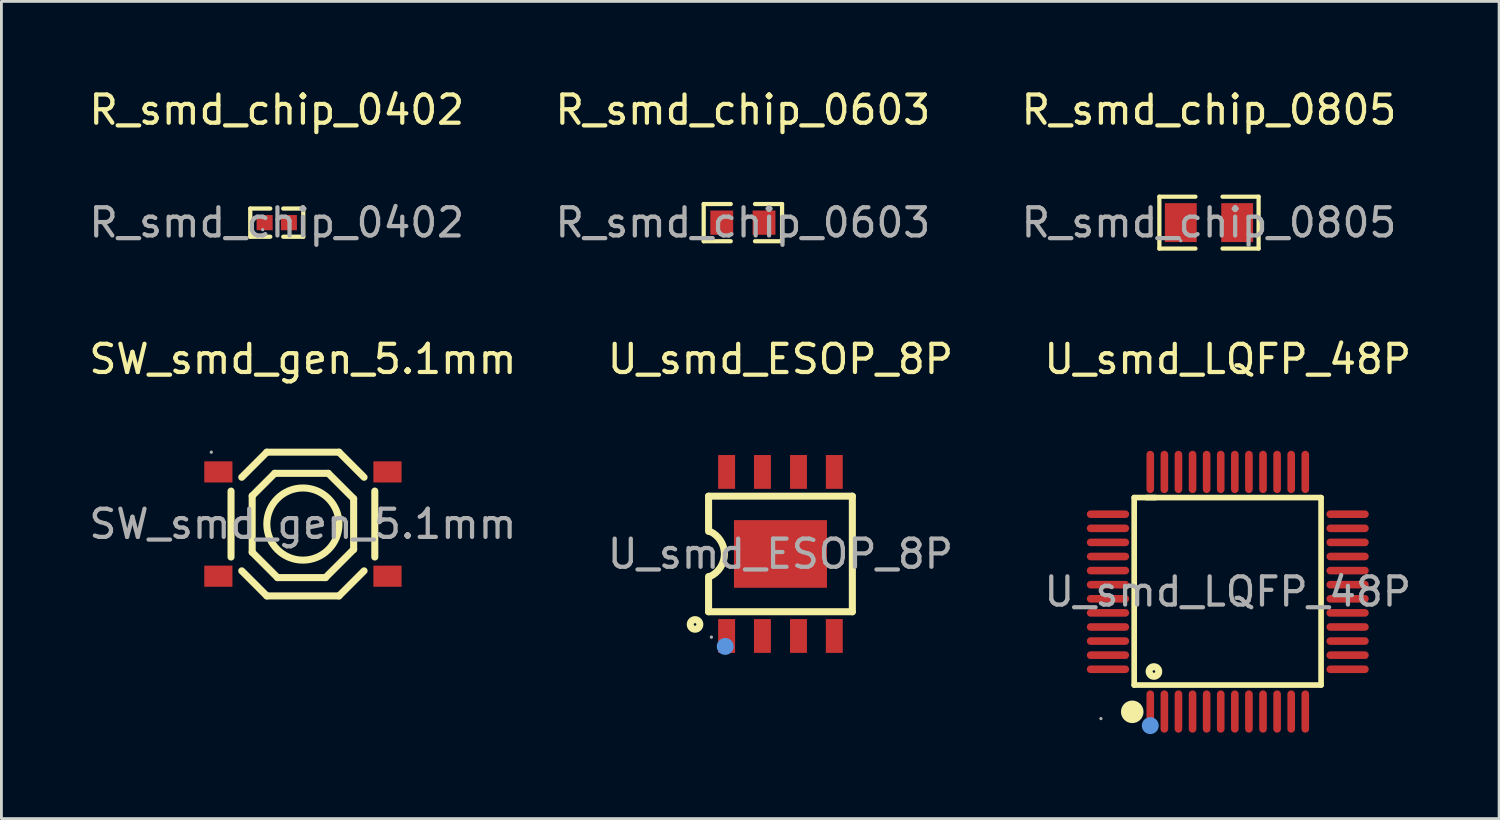
<source format=kicad_pcb>
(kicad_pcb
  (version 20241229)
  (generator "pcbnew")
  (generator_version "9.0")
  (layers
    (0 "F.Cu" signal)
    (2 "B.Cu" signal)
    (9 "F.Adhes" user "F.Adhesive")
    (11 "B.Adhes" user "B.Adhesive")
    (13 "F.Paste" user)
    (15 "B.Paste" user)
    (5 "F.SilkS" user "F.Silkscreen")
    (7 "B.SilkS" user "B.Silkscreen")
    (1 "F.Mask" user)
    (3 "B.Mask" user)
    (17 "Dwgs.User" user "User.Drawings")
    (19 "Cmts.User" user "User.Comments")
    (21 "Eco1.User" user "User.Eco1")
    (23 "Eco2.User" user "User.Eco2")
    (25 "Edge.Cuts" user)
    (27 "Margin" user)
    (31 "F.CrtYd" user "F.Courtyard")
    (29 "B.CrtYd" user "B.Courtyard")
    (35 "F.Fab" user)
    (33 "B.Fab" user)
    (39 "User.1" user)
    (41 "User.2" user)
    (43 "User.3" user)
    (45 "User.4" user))
  (footprint "R_smd_chip_0402"
    (layer "F.Cu")
    (at 6.768 4.848)
    (property "Reference" "R_smd_chip_0402" (at 0 -4 0) (layer "F.SilkS") (effects (font (size 1 1) (thickness 0.15))))
    (attr smd)
    (fp_line (start -0.94 -0.5) (end -0.23 -0.5) (stroke (width 0.15) (type solid)) (layer "F.SilkS"))
    (fp_line (start -0.94 0.5) (end -0.94 -0.5) (stroke (width 0.15) (type solid)) (layer "F.SilkS"))
    (fp_line (start -0.23 0.5) (end -0.94 0.5) (stroke (width 0.15) (type solid)) (layer "F.SilkS"))
    (fp_line (start 0.23 0.5) (end 0.94 0.5) (stroke (width 0.15) (type solid)) (layer "F.SilkS"))
    (fp_line (start 0.94 -0.5) (end 0.23 -0.5) (stroke (width 0.15) (type solid)) (layer "F.SilkS"))
    (fp_line (start 0.94 0.5) (end 0.94 -0.5) (stroke (width 0.15) (type solid)) (layer "F.SilkS"))
    (fp_circle (center -0.5 0.25) (end -0.47 0.25) (stroke (width 0.06) (type solid)) (fill no) (layer "F.Fab"))
    (fp_text user "${REFERENCE}" (at 0 0 0) (layer "F.Fab") (effects (font (size 1 1) (thickness 0.15))))
    (pad "1" smd rect (at -0.43 0) (size 0.57 0.54) (layers "F.Cu" "F.Mask" "F.Paste"))
    (pad "2" smd rect (at 0.43 0) (size 0.57 0.54) (layers "F.Cu" "F.Mask" "F.Paste")))
  (footprint "SW_smd_gen_5.1mm"
    (layer "F.Cu")
    (at 7.696 15.541)
    (property "Reference" "SW_smd_gen_5.1mm" (at 0 -5.85 0) (layer "F.SilkS") (effects (font (size 1 1) (thickness 0.15))))
    (attr smd)
    (fp_line (start -2.55 -1.17) (end -2.55 1.17) (stroke (width 0.25) (type solid)) (layer "F.SilkS"))
    (fp_line (start -2.17 1.66) (end -1.28 2.55) (stroke (width 0.25) (type solid)) (layer "F.SilkS"))
    (fp_line (start -1.8 -1) (end -1 -1.8) (stroke (width 0.25) (type solid)) (layer "F.SilkS"))
    (fp_line (start -1.8 1) (end -1.8 -1) (stroke (width 0.25) (type solid)) (layer "F.SilkS"))
    (fp_line (start -1.28 -2.55) (end -2.17 -1.66) (stroke (width 0.25) (type solid)) (layer "F.SilkS"))
    (fp_line (start -1.28 -2.55) (end 1.28 -2.55) (stroke (width 0.25) (type solid)) (layer "F.SilkS"))
    (fp_line (start -1.28 2.55) (end 1.28 2.55) (stroke (width 0.25) (type solid)) (layer "F.SilkS"))
    (fp_line (start -1 -1.8) (end 0.9 -1.8) (stroke (width 0.25) (type solid)) (layer "F.SilkS"))
    (fp_line (start -0.9 1.9) (end -1.8 1) (stroke (width 0.25) (type solid)) (layer "F.SilkS"))
    (fp_line (start 0.8 1.9) (end -0.9 1.9) (stroke (width 0.25) (type solid)) (layer "F.SilkS"))
    (fp_line (start 0.9 -1.8) (end 1.8 -0.9) (stroke (width 0.25) (type solid)) (layer "F.SilkS"))
    (fp_line (start 1.28 -2.55) (end 2.17 -1.66) (stroke (width 0.25) (type solid)) (layer "F.SilkS"))
    (fp_line (start 1.8 -0.9) (end 1.8 0.9) (stroke (width 0.25) (type solid)) (layer "F.SilkS"))
    (fp_line (start 1.8 0.9) (end 0.8 1.9) (stroke (width 0.25) (type solid)) (layer "F.SilkS"))
    (fp_line (start 2.17 1.66) (end 1.28 2.55) (stroke (width 0.25) (type solid)) (layer "F.SilkS"))
    (fp_line (start 2.55 -1.17) (end 2.55 1.17) (stroke (width 0.25) (type solid)) (layer "F.SilkS"))
    (fp_circle (center 0 0) (end 1.28 0) (stroke (width 0.25) (type solid)) (fill no) (layer "F.SilkS"))
    (fp_circle (center -3.25 -2.55) (end -3.22 -2.55) (stroke (width 0.06) (type solid)) (fill no) (layer "F.Fab"))
    (fp_text user "${REFERENCE}" (at 0 0 0) (layer "F.Fab") (effects (font (size 1 1) (thickness 0.15))))
    (pad "1" smd rect (at -3 -1.85) (size 1 0.75) (layers "F.Cu" "F.Mask" "F.Paste"))
    (pad "2" smd rect (at 3 -1.85) (size 1 0.75) (layers "F.Cu" "F.Mask" "F.Paste"))
    (pad "3" smd rect (at -3 1.85) (size 1 0.75) (layers "F.Cu" "F.Mask" "F.Paste"))
    (pad "4" smd rect (at 3 1.85) (size 1 0.75) (layers "F.Cu" "F.Mask" "F.Paste")))
  (footprint "U_smd_ESOP_8P"
    (layer "F.Cu")
    (at 24.637 16.602)
    (property "Reference" "U_smd_ESOP_8P" (at 0 -6.91 0) (layer "F.SilkS") (effects (font (size 1 1) (thickness 0.15))))
    (attr smd)
    (fp_line (start -2.55 -2.05) (end 2.55 -2.05) (stroke (width 0.25) (type solid)) (layer "F.SilkS"))
    (fp_line (start -2.55 -0.8) (end -2.55 -2.05) (stroke (width 0.25) (type solid)) (layer "F.SilkS"))
    (fp_line (start -2.55 0.8) (end -2.55 2.05) (stroke (width 0.25) (type solid)) (layer "F.SilkS"))
    (fp_line (start 2.55 -2.05) (end 2.55 2.05) (stroke (width 0.25) (type solid)) (layer "F.SilkS"))
    (fp_line (start 2.55 2.05) (end -2.55 2.05) (stroke (width 0.25) (type solid)) (layer "F.SilkS"))
    (fp_arc (start -2.505609 -0.80257) (mid -1.988586 -0.003085) (end -2.5 0.8) (stroke (width 0.25) (type solid)) (layer "F.SilkS"))
    (fp_circle (center -3.03 2.5) (end -2.86 2.5) (stroke (width 0.25) (type solid)) (fill no) (layer "F.SilkS"))
    (fp_circle (center -1.96 3.28) (end -1.81 3.28) (stroke (width 0.3) (type solid)) (fill no) (layer "Cmts.User"))
    (fp_circle (center -2.45 2.95) (end -2.42 2.95) (stroke (width 0.06) (type solid)) (fill no) (layer "F.Fab"))
    (fp_text user "${REFERENCE}" (at 0 0 0) (layer "F.Fab") (effects (font (size 1 1) (thickness 0.15))))
    (pad "1" smd rect (at -1.91 2.91) (size 0.6 1.2) (layers "F.Cu" "F.Mask" "F.Paste"))
    (pad "2" smd rect (at -0.64 2.91) (size 0.6 1.2) (layers "F.Cu" "F.Mask" "F.Paste"))
    (pad "3" smd rect (at 0.64 2.91) (size 0.6 1.2) (layers "F.Cu" "F.Mask" "F.Paste"))
    (pad "4" smd rect (at 1.91 2.91) (size 0.6 1.2) (layers "F.Cu" "F.Mask" "F.Paste"))
    (pad "5" smd rect (at 1.91 -2.91) (size 0.6 1.2) (layers "F.Cu" "F.Mask" "F.Paste"))
    (pad "6" smd rect (at 0.64 -2.91) (size 0.6 1.2) (layers "F.Cu" "F.Mask" "F.Paste"))
    (pad "7" smd rect (at -0.64 -2.91) (size 0.6 1.2) (layers "F.Cu" "F.Mask" "F.Paste"))
    (pad "8" smd rect (at -1.91 -2.91) (size 0.6 1.2) (layers "F.Cu" "F.Mask" "F.Paste"))
    (pad "9" smd rect (at 0 0 180) (size 3.3 2.4) (layers "F.Cu" "F.Mask" "F.Paste")))
  (footprint "R_smd_chip_0805"
    (layer "F.Cu")
    (at 39.839 4.848)
    (property "Reference" "R_smd_chip_0805" (at 0 -4 0) (layer "F.SilkS") (effects (font (size 1 1) (thickness 0.15))))
    (attr smd)
    (fp_line (start -1.76 -0.92) (end -0.48 -0.92) (stroke (width 0.15) (type solid)) (layer "F.SilkS"))
    (fp_line (start -1.76 0.92) (end -1.76 -0.92) (stroke (width 0.15) (type solid)) (layer "F.SilkS"))
    (fp_line (start -0.48 0.92) (end -1.76 0.92) (stroke (width 0.15) (type solid)) (layer "F.SilkS"))
    (fp_line (start 0.48 0.92) (end 1.76 0.92) (stroke (width 0.15) (type solid)) (layer "F.SilkS"))
    (fp_line (start 1.76 -0.92) (end 0.48 -0.92) (stroke (width 0.15) (type solid)) (layer "F.SilkS"))
    (fp_line (start 1.76 0.92) (end 1.76 -0.92) (stroke (width 0.15) (type solid)) (layer "F.SilkS"))
    (fp_circle (center -1 0.64) (end -0.97 0.64) (stroke (width 0.06) (type solid)) (fill no) (layer "F.Fab"))
    (fp_text user "${REFERENCE}" (at 0 0 0) (layer "F.Fab") (effects (font (size 1 1) (thickness 0.15))))
    (pad "1" smd rect (at -1 0) (size 1.13 1.38) (layers "F.Cu" "F.Mask" "F.Paste"))
    (pad "2" smd rect (at 1 0) (size 1.13 1.38) (layers "F.Cu" "F.Mask" "F.Paste")))
  (footprint "U_smd_LQFP_48P"
    (layer "F.Cu")
    (at 40.506 17.942)
    (property "Reference" "U_smd_LQFP_48P" (at 0 -8.25 0) (layer "F.SilkS") (effects (font (size 1 1) (thickness 0.15))))
    (attr smd)
    (fp_line (start -3.32 -3.34) (end -2.56 -3.34) (stroke (width 0.2) (type solid)) (layer "F.SilkS"))
    (fp_line (start -3.32 3.31) (end -3.32 -3.34) (stroke (width 0.2) (type solid)) (layer "F.SilkS"))
    (fp_line (start -2.89 -3.34) (end 3.31 -3.34) (stroke (width 0.2) (type solid)) (layer "F.SilkS"))
    (fp_line (start 3.31 -3.34) (end 3.31 3.31) (stroke (width 0.2) (type solid)) (layer "F.SilkS"))
    (fp_line (start 3.31 3.31) (end -3.32 3.31) (stroke (width 0.2) (type solid)) (layer "F.SilkS"))
    (fp_arc (start -3.38 4.06) (mid -3.394988 4.460188) (end -3.390027 4.05975) (stroke (width 0.4) (type solid)) (layer "F.SilkS"))
    (fp_circle (center -2.62 2.83) (end -2.45 2.83) (stroke (width 0.25) (type solid)) (fill no) (layer "F.SilkS"))
    (fp_circle (center -2.75 4.75) (end -2.6 4.75) (stroke (width 0.3) (type solid)) (fill no) (layer "Cmts.User"))
    (fp_circle (center -4.5 4.5) (end -4.47 4.5) (stroke (width 0.06) (type solid)) (fill no) (layer "F.Fab"))
    (fp_text user "${REFERENCE}" (at 0 0 0) (layer "F.Fab") (effects (font (size 1 1) (thickness 0.15))))
    (pad "1" smd oval (at -2.75 4.25) (size 0.27 1.5) (layers "F.Cu" "F.Mask" "F.Paste"))
    (pad "2" smd oval (at -2.25 4.25) (size 0.27 1.5) (layers "F.Cu" "F.Mask" "F.Paste"))
    (pad "3" smd oval (at -1.75 4.25) (size 0.27 1.5) (layers "F.Cu" "F.Mask" "F.Paste"))
    (pad "4" smd oval (at -1.25 4.25) (size 0.27 1.5) (layers "F.Cu" "F.Mask" "F.Paste"))
    (pad "5" smd oval (at -0.75 4.25) (size 0.27 1.5) (layers "F.Cu" "F.Mask" "F.Paste"))
    (pad "6" smd oval (at -0.25 4.25) (size 0.27 1.5) (layers "F.Cu" "F.Mask" "F.Paste"))
    (pad "7" smd oval (at 0.25 4.25) (size 0.27 1.5) (layers "F.Cu" "F.Mask" "F.Paste"))
    (pad "8" smd oval (at 0.75 4.25) (size 0.27 1.5) (layers "F.Cu" "F.Mask" "F.Paste"))
    (pad "9" smd oval (at 1.25 4.25) (size 0.27 1.5) (layers "F.Cu" "F.Mask" "F.Paste"))
    (pad "10" smd oval (at 1.75 4.25) (size 0.27 1.5) (layers "F.Cu" "F.Mask" "F.Paste"))
    (pad "11" smd oval (at 2.25 4.25) (size 0.27 1.5) (layers "F.Cu" "F.Mask" "F.Paste"))
    (pad "12" smd oval (at 2.75 4.25) (size 0.27 1.5) (layers "F.Cu" "F.Mask" "F.Paste"))
    (pad "13" smd oval (at 4.25 2.75) (size 1.5 0.27) (layers "F.Cu" "F.Mask" "F.Paste"))
    (pad "14" smd oval (at 4.25 2.25) (size 1.5 0.27) (layers "F.Cu" "F.Mask" "F.Paste"))
    (pad "15" smd oval (at 4.25 1.75) (size 1.5 0.27) (layers "F.Cu" "F.Mask" "F.Paste"))
    (pad "16" smd oval (at 4.25 1.25) (size 1.5 0.27) (layers "F.Cu" "F.Mask" "F.Paste"))
    (pad "17" smd oval (at 4.25 0.75) (size 1.5 0.27) (layers "F.Cu" "F.Mask" "F.Paste"))
    (pad "18" smd oval (at 4.25 0.25) (size 1.5 0.27) (layers "F.Cu" "F.Mask" "F.Paste"))
    (pad "19" smd oval (at 4.25 -0.25) (size 1.5 0.27) (layers "F.Cu" "F.Mask" "F.Paste"))
    (pad "20" smd oval (at 4.25 -0.75) (size 1.5 0.27) (layers "F.Cu" "F.Mask" "F.Paste"))
    (pad "21" smd oval (at 4.25 -1.25) (size 1.5 0.27) (layers "F.Cu" "F.Mask" "F.Paste"))
    (pad "22" smd oval (at 4.25 -1.75) (size 1.5 0.27) (layers "F.Cu" "F.Mask" "F.Paste"))
    (pad "23" smd oval (at 4.25 -2.25) (size 1.5 0.27) (layers "F.Cu" "F.Mask" "F.Paste"))
    (pad "24" smd oval (at 4.25 -2.75) (size 1.5 0.27) (layers "F.Cu" "F.Mask" "F.Paste"))
    (pad "25" smd oval (at 2.75 -4.25) (size 0.27 1.5) (layers "F.Cu" "F.Mask" "F.Paste"))
    (pad "26" smd oval (at 2.25 -4.25) (size 0.27 1.5) (layers "F.Cu" "F.Mask" "F.Paste"))
    (pad "27" smd oval (at 1.75 -4.25) (size 0.27 1.5) (layers "F.Cu" "F.Mask" "F.Paste"))
    (pad "28" smd oval (at 1.25 -4.25) (size 0.27 1.5) (layers "F.Cu" "F.Mask" "F.Paste"))
    (pad "29" smd oval (at 0.75 -4.25) (size 0.27 1.5) (layers "F.Cu" "F.Mask" "F.Paste"))
    (pad "30" smd oval (at 0.25 -4.25) (size 0.27 1.5) (layers "F.Cu" "F.Mask" "F.Paste"))
    (pad "31" smd oval (at -0.25 -4.25) (size 0.27 1.5) (layers "F.Cu" "F.Mask" "F.Paste"))
    (pad "32" smd oval (at -0.75 -4.25) (size 0.27 1.5) (layers "F.Cu" "F.Mask" "F.Paste"))
    (pad "33" smd oval (at -1.25 -4.25) (size 0.27 1.5) (layers "F.Cu" "F.Mask" "F.Paste"))
    (pad "34" smd oval (at -1.75 -4.25) (size 0.27 1.5) (layers "F.Cu" "F.Mask" "F.Paste"))
    (pad "35" smd oval (at -2.25 -4.25) (size 0.27 1.5) (layers "F.Cu" "F.Mask" "F.Paste"))
    (pad "36" smd oval (at -2.75 -4.25) (size 0.27 1.5) (layers "F.Cu" "F.Mask" "F.Paste"))
    (pad "37" smd oval (at -4.25 -2.75) (size 1.5 0.27) (layers "F.Cu" "F.Mask" "F.Paste"))
    (pad "38" smd oval (at -4.25 -2.25) (size 1.5 0.27) (layers "F.Cu" "F.Mask" "F.Paste"))
    (pad "39" smd oval (at -4.25 -1.75) (size 1.5 0.27) (layers "F.Cu" "F.Mask" "F.Paste"))
    (pad "40" smd oval (at -4.25 -1.25) (size 1.5 0.27) (layers "F.Cu" "F.Mask" "F.Paste"))
    (pad "41" smd oval (at -4.25 -0.75) (size 1.5 0.27) (layers "F.Cu" "F.Mask" "F.Paste"))
    (pad "42" smd oval (at -4.25 -0.25) (size 1.5 0.27) (layers "F.Cu" "F.Mask" "F.Paste"))
    (pad "43" smd oval (at -4.25 0.25) (size 1.5 0.27) (layers "F.Cu" "F.Mask" "F.Paste"))
    (pad "44" smd oval (at -4.25 0.75) (size 1.5 0.27) (layers "F.Cu" "F.Mask" "F.Paste"))
    (pad "45" smd oval (at -4.25 1.25) (size 1.5 0.27) (layers "F.Cu" "F.Mask" "F.Paste"))
    (pad "46" smd oval (at -4.25 1.75) (size 1.5 0.27) (layers "F.Cu" "F.Mask" "F.Paste"))
    (pad "47" smd oval (at -4.25 2.25) (size 1.5 0.27) (layers "F.Cu" "F.Mask" "F.Paste"))
    (pad "48" smd oval (at -4.25 2.75) (size 1.5 0.27) (layers "F.Cu" "F.Mask" "F.Paste")))
  (footprint "R_smd_chip_0603"
    (layer "F.Cu")
    (at 23.304 4.848)
    (property "Reference" "R_smd_chip_0603" (at 0 -4 0) (layer "F.SilkS") (effects (font (size 1 1) (thickness 0.15))))
    (attr smd)
    (fp_line (start -1.39 -0.66) (end -0.43 -0.66) (stroke (width 0.15) (type solid)) (layer "F.SilkS"))
    (fp_line (start -1.39 0.66) (end -1.39 -0.66) (stroke (width 0.15) (type solid)) (layer "F.SilkS"))
    (fp_line (start -0.43 0.66) (end -1.39 0.66) (stroke (width 0.15) (type solid)) (layer "F.SilkS"))
    (fp_line (start 0.43 0.66) (end 1.39 0.66) (stroke (width 0.15) (type solid)) (layer "F.SilkS"))
    (fp_line (start 1.39 -0.66) (end 0.43 -0.66) (stroke (width 0.15) (type solid)) (layer "F.SilkS"))
    (fp_line (start 1.39 0.66) (end 1.39 -0.66) (stroke (width 0.15) (type solid)) (layer "F.SilkS"))
    (fp_circle (center -0.8 0.4) (end -0.77 0.4) (stroke (width 0.06) (type solid)) (fill no) (layer "F.Fab"))
    (fp_text user "${REFERENCE}" (at 0 0 0) (layer "F.Fab") (effects (font (size 1 1) (thickness 0.15))))
    (pad "1" smd rect (at -0.75 0) (size 0.81 0.86) (layers "F.Cu" "F.Mask" "F.Paste"))
    (pad "2" smd rect (at 0.75 0) (size 0.81 0.86) (layers "F.Cu" "F.Mask" "F.Paste")))
  (gr_rect
    (start -3 -3)
    (end 50.131 25.991)
    (stroke (width 0.1) (type default))
    (fill no)
    (layer "Edge.Cuts")))
</source>
